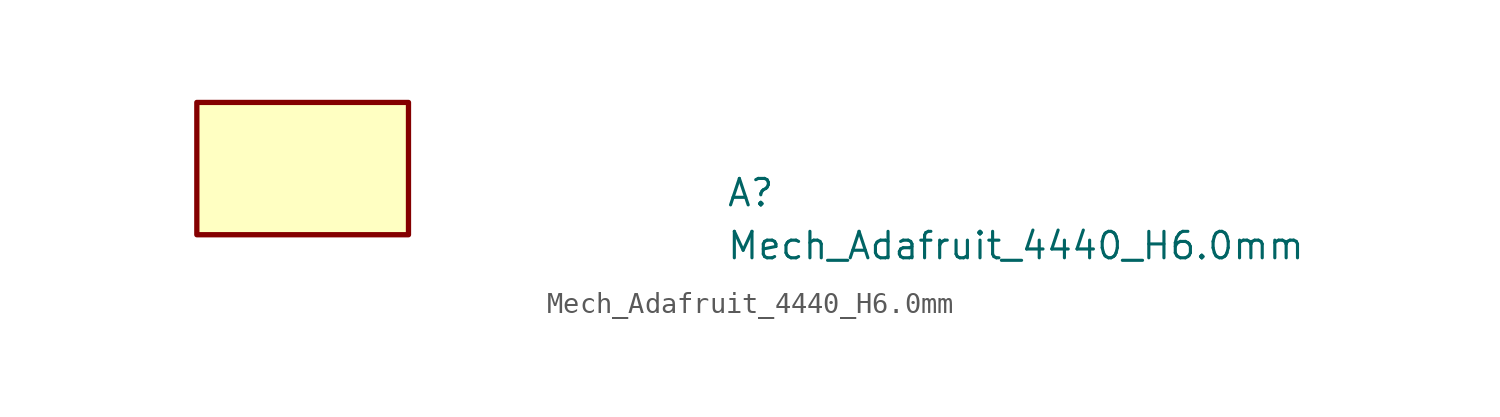
<source format=kicad_sym>
(kicad_symbol_lib
  (version 20211014)
  (generator kicad_symbol_editor)
  (symbol "Mech_Adafruit_4440_H6.0mm"
    (property "Reference" "A"
      (at 25.4 -5.08 0)
      (effects (font (size 1.27 1.27) (thickness 0.15)) (justify left bottom)))
    (property "Value" "Mech_Adafruit_4440_H6.0mm"
      (at 25.4 -7.62 0)
      (effects (font (size 1.27 1.27) (thickness 0.15)) (justify left bottom)))
    (symbol "Mech_Adafruit_4440_H6.0mm_1_1"
      (rectangle (start 10.16 -6.35) (end 0 0) (stroke (width 0.254) (type default) (color 0 0 0 0)) (fill (type background))))))
</source>
